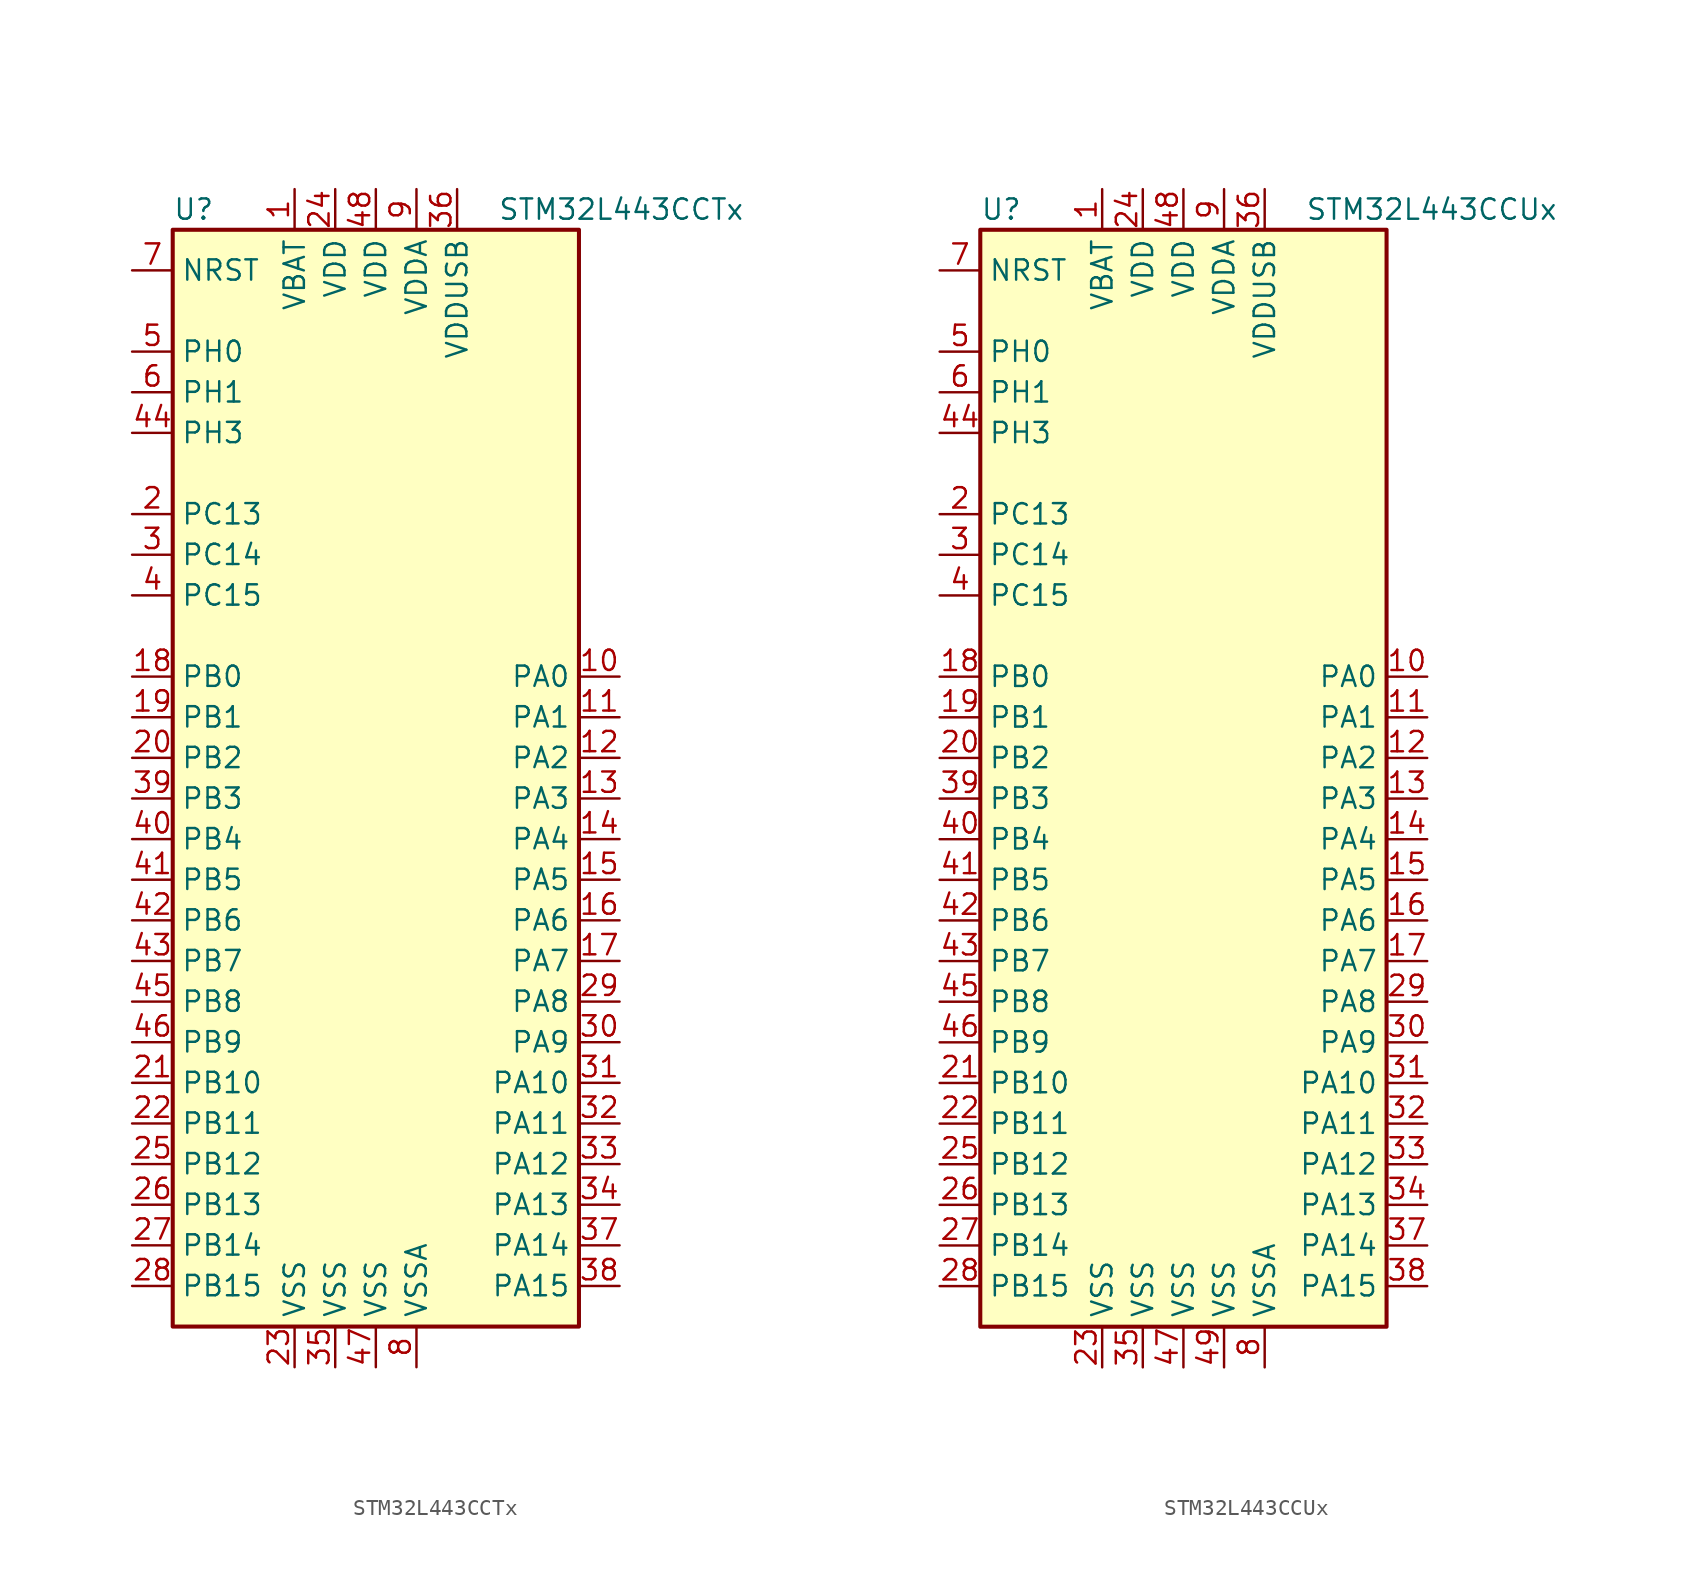
<source format=kicad_sym>
(kicad_symbol_lib
  (version 20201005)
  (generator kicad_symbol_editor)
  (symbol "STM32L443CCTx"
    (property "Reference" "U"
      (at -12.7 34.29 0)
      (effects (font (size 1.27 1.27)) (justify left)))
    (property "Value" "STM32L443CCTx"
      (at 7.62 34.29 0)
      (effects (font (size 1.27 1.27)) (justify left)))
    (symbol "STM32L443CCTx_0_1"
      (rectangle (start -12.7 -35.56) (end 12.7 33.02) (stroke (width 0.254)) (fill (type background))))
    (symbol "STM32L443CCTx_1_1"
      (pin input line (at -15.24 30.48 0) (length 2.54) (name "NRST" (effects (font (size 1.27 1.27)))) (number "7" (effects (font (size 1.27 1.27)))))
      (pin bidirectional line (at 15.24 5.08 180) (length 2.54) (name "PA0" (effects (font (size 1.27 1.27)))) (number "10" (effects (font (size 1.27 1.27)))))
      (pin bidirectional line (at 15.24 2.54 180) (length 2.54) (name "PA1" (effects (font (size 1.27 1.27)))) (number "11" (effects (font (size 1.27 1.27)))))
      (pin bidirectional line (at 15.24 -20.32 180) (length 2.54) (name "PA10" (effects (font (size 1.27 1.27)))) (number "31" (effects (font (size 1.27 1.27)))))
      (pin bidirectional line (at 15.24 -22.86 180) (length 2.54) (name "PA11" (effects (font (size 1.27 1.27)))) (number "32" (effects (font (size 1.27 1.27)))))
      (pin bidirectional line (at 15.24 -25.4 180) (length 2.54) (name "PA12" (effects (font (size 1.27 1.27)))) (number "33" (effects (font (size 1.27 1.27)))))
      (pin bidirectional line (at 15.24 -27.94 180) (length 2.54) (name "PA13" (effects (font (size 1.27 1.27)))) (number "34" (effects (font (size 1.27 1.27)))))
      (pin bidirectional line (at 15.24 -30.48 180) (length 2.54) (name "PA14" (effects (font (size 1.27 1.27)))) (number "37" (effects (font (size 1.27 1.27)))))
      (pin bidirectional line (at 15.24 -33.02 180) (length 2.54) (name "PA15" (effects (font (size 1.27 1.27)))) (number "38" (effects (font (size 1.27 1.27)))))
      (pin bidirectional line (at 15.24 0 180) (length 2.54) (name "PA2" (effects (font (size 1.27 1.27)))) (number "12" (effects (font (size 1.27 1.27)))))
      (pin bidirectional line (at 15.24 -2.54 180) (length 2.54) (name "PA3" (effects (font (size 1.27 1.27)))) (number "13" (effects (font (size 1.27 1.27)))))
      (pin bidirectional line (at 15.24 -5.08 180) (length 2.54) (name "PA4" (effects (font (size 1.27 1.27)))) (number "14" (effects (font (size 1.27 1.27)))))
      (pin bidirectional line (at 15.24 -7.62 180) (length 2.54) (name "PA5" (effects (font (size 1.27 1.27)))) (number "15" (effects (font (size 1.27 1.27)))))
      (pin bidirectional line (at 15.24 -10.16 180) (length 2.54) (name "PA6" (effects (font (size 1.27 1.27)))) (number "16" (effects (font (size 1.27 1.27)))))
      (pin bidirectional line (at 15.24 -12.7 180) (length 2.54) (name "PA7" (effects (font (size 1.27 1.27)))) (number "17" (effects (font (size 1.27 1.27)))))
      (pin bidirectional line (at 15.24 -15.24 180) (length 2.54) (name "PA8" (effects (font (size 1.27 1.27)))) (number "29" (effects (font (size 1.27 1.27)))))
      (pin bidirectional line (at 15.24 -17.78 180) (length 2.54) (name "PA9" (effects (font (size 1.27 1.27)))) (number "30" (effects (font (size 1.27 1.27)))))
      (pin bidirectional line (at -15.24 5.08 0) (length 2.54) (name "PB0" (effects (font (size 1.27 1.27)))) (number "18" (effects (font (size 1.27 1.27)))))
      (pin bidirectional line (at -15.24 2.54 0) (length 2.54) (name "PB1" (effects (font (size 1.27 1.27)))) (number "19" (effects (font (size 1.27 1.27)))))
      (pin bidirectional line (at -15.24 -20.32 0) (length 2.54) (name "PB10" (effects (font (size 1.27 1.27)))) (number "21" (effects (font (size 1.27 1.27)))))
      (pin bidirectional line (at -15.24 -22.86 0) (length 2.54) (name "PB11" (effects (font (size 1.27 1.27)))) (number "22" (effects (font (size 1.27 1.27)))))
      (pin bidirectional line (at -15.24 -25.4 0) (length 2.54) (name "PB12" (effects (font (size 1.27 1.27)))) (number "25" (effects (font (size 1.27 1.27)))))
      (pin bidirectional line (at -15.24 -27.94 0) (length 2.54) (name "PB13" (effects (font (size 1.27 1.27)))) (number "26" (effects (font (size 1.27 1.27)))))
      (pin bidirectional line (at -15.24 -30.48 0) (length 2.54) (name "PB14" (effects (font (size 1.27 1.27)))) (number "27" (effects (font (size 1.27 1.27)))))
      (pin bidirectional line (at -15.24 -33.02 0) (length 2.54) (name "PB15" (effects (font (size 1.27 1.27)))) (number "28" (effects (font (size 1.27 1.27)))))
      (pin bidirectional line (at -15.24 0 0) (length 2.54) (name "PB2" (effects (font (size 1.27 1.27)))) (number "20" (effects (font (size 1.27 1.27)))))
      (pin bidirectional line (at -15.24 -2.54 0) (length 2.54) (name "PB3" (effects (font (size 1.27 1.27)))) (number "39" (effects (font (size 1.27 1.27)))))
      (pin bidirectional line (at -15.24 -5.08 0) (length 2.54) (name "PB4" (effects (font (size 1.27 1.27)))) (number "40" (effects (font (size 1.27 1.27)))))
      (pin bidirectional line (at -15.24 -7.62 0) (length 2.54) (name "PB5" (effects (font (size 1.27 1.27)))) (number "41" (effects (font (size 1.27 1.27)))))
      (pin bidirectional line (at -15.24 -10.16 0) (length 2.54) (name "PB6" (effects (font (size 1.27 1.27)))) (number "42" (effects (font (size 1.27 1.27)))))
      (pin bidirectional line (at -15.24 -12.7 0) (length 2.54) (name "PB7" (effects (font (size 1.27 1.27)))) (number "43" (effects (font (size 1.27 1.27)))))
      (pin bidirectional line (at -15.24 -15.24 0) (length 2.54) (name "PB8" (effects (font (size 1.27 1.27)))) (number "45" (effects (font (size 1.27 1.27)))))
      (pin bidirectional line (at -15.24 -17.78 0) (length 2.54) (name "PB9" (effects (font (size 1.27 1.27)))) (number "46" (effects (font (size 1.27 1.27)))))
      (pin bidirectional line (at -15.24 15.24 0) (length 2.54) (name "PC13" (effects (font (size 1.27 1.27)))) (number "2" (effects (font (size 1.27 1.27)))))
      (pin bidirectional line (at -15.24 12.7 0) (length 2.54) (name "PC14" (effects (font (size 1.27 1.27)))) (number "3" (effects (font (size 1.27 1.27)))))
      (pin bidirectional line (at -15.24 10.16 0) (length 2.54) (name "PC15" (effects (font (size 1.27 1.27)))) (number "4" (effects (font (size 1.27 1.27)))))
      (pin input line (at -15.24 25.4 0) (length 2.54) (name "PH0" (effects (font (size 1.27 1.27)))) (number "5" (effects (font (size 1.27 1.27)))))
      (pin input line (at -15.24 22.86 0) (length 2.54) (name "PH1" (effects (font (size 1.27 1.27)))) (number "6" (effects (font (size 1.27 1.27)))))
      (pin bidirectional line (at -15.24 20.32 0) (length 2.54) (name "PH3" (effects (font (size 1.27 1.27)))) (number "44" (effects (font (size 1.27 1.27)))))
      (pin power_in line (at -5.08 35.56 270) (length 2.54) (name "VBAT" (effects (font (size 1.27 1.27)))) (number "1" (effects (font (size 1.27 1.27)))))
      (pin power_in line (at -2.54 35.56 270) (length 2.54) (name "VDD" (effects (font (size 1.27 1.27)))) (number "24" (effects (font (size 1.27 1.27)))))
      (pin power_in line (at 0 35.56 270) (length 2.54) (name "VDD" (effects (font (size 1.27 1.27)))) (number "48" (effects (font (size 1.27 1.27)))))
      (pin power_in line (at 2.54 35.56 270) (length 2.54) (name "VDDA" (effects (font (size 1.27 1.27)))) (number "9" (effects (font (size 1.27 1.27)))))
      (pin power_in line (at 5.08 35.56 270) (length 2.54) (name "VDDUSB" (effects (font (size 1.27 1.27)))) (number "36" (effects (font (size 1.27 1.27)))))
      (pin power_in line (at -5.08 -38.1 90) (length 2.54) (name "VSS" (effects (font (size 1.27 1.27)))) (number "23" (effects (font (size 1.27 1.27)))))
      (pin power_in line (at -2.54 -38.1 90) (length 2.54) (name "VSS" (effects (font (size 1.27 1.27)))) (number "35" (effects (font (size 1.27 1.27)))))
      (pin power_in line (at 0 -38.1 90) (length 2.54) (name "VSS" (effects (font (size 1.27 1.27)))) (number "47" (effects (font (size 1.27 1.27)))))
      (pin power_in line (at 2.54 -38.1 90) (length 2.54) (name "VSSA" (effects (font (size 1.27 1.27)))) (number "8" (effects (font (size 1.27 1.27)))))))
  (symbol "STM32L443CCUx"
    (property "Reference" "U"
      (at -12.7 34.29 0)
      (effects (font (size 1.27 1.27)) (justify left)))
    (property "Value" "STM32L443CCUx"
      (at 7.62 34.29 0)
      (effects (font (size 1.27 1.27)) (justify left)))
    (symbol "STM32L443CCUx_0_1"
      (rectangle (start -12.7 -35.56) (end 12.7 33.02) (stroke (width 0.254)) (fill (type background))))
    (symbol "STM32L443CCUx_1_1"
      (pin input line (at -15.24 30.48 0) (length 2.54) (name "NRST" (effects (font (size 1.27 1.27)))) (number "7" (effects (font (size 1.27 1.27)))))
      (pin bidirectional line (at 15.24 5.08 180) (length 2.54) (name "PA0" (effects (font (size 1.27 1.27)))) (number "10" (effects (font (size 1.27 1.27)))))
      (pin bidirectional line (at 15.24 2.54 180) (length 2.54) (name "PA1" (effects (font (size 1.27 1.27)))) (number "11" (effects (font (size 1.27 1.27)))))
      (pin bidirectional line (at 15.24 -20.32 180) (length 2.54) (name "PA10" (effects (font (size 1.27 1.27)))) (number "31" (effects (font (size 1.27 1.27)))))
      (pin bidirectional line (at 15.24 -22.86 180) (length 2.54) (name "PA11" (effects (font (size 1.27 1.27)))) (number "32" (effects (font (size 1.27 1.27)))))
      (pin bidirectional line (at 15.24 -25.4 180) (length 2.54) (name "PA12" (effects (font (size 1.27 1.27)))) (number "33" (effects (font (size 1.27 1.27)))))
      (pin bidirectional line (at 15.24 -27.94 180) (length 2.54) (name "PA13" (effects (font (size 1.27 1.27)))) (number "34" (effects (font (size 1.27 1.27)))))
      (pin bidirectional line (at 15.24 -30.48 180) (length 2.54) (name "PA14" (effects (font (size 1.27 1.27)))) (number "37" (effects (font (size 1.27 1.27)))))
      (pin bidirectional line (at 15.24 -33.02 180) (length 2.54) (name "PA15" (effects (font (size 1.27 1.27)))) (number "38" (effects (font (size 1.27 1.27)))))
      (pin bidirectional line (at 15.24 0 180) (length 2.54) (name "PA2" (effects (font (size 1.27 1.27)))) (number "12" (effects (font (size 1.27 1.27)))))
      (pin bidirectional line (at 15.24 -2.54 180) (length 2.54) (name "PA3" (effects (font (size 1.27 1.27)))) (number "13" (effects (font (size 1.27 1.27)))))
      (pin bidirectional line (at 15.24 -5.08 180) (length 2.54) (name "PA4" (effects (font (size 1.27 1.27)))) (number "14" (effects (font (size 1.27 1.27)))))
      (pin bidirectional line (at 15.24 -7.62 180) (length 2.54) (name "PA5" (effects (font (size 1.27 1.27)))) (number "15" (effects (font (size 1.27 1.27)))))
      (pin bidirectional line (at 15.24 -10.16 180) (length 2.54) (name "PA6" (effects (font (size 1.27 1.27)))) (number "16" (effects (font (size 1.27 1.27)))))
      (pin bidirectional line (at 15.24 -12.7 180) (length 2.54) (name "PA7" (effects (font (size 1.27 1.27)))) (number "17" (effects (font (size 1.27 1.27)))))
      (pin bidirectional line (at 15.24 -15.24 180) (length 2.54) (name "PA8" (effects (font (size 1.27 1.27)))) (number "29" (effects (font (size 1.27 1.27)))))
      (pin bidirectional line (at 15.24 -17.78 180) (length 2.54) (name "PA9" (effects (font (size 1.27 1.27)))) (number "30" (effects (font (size 1.27 1.27)))))
      (pin bidirectional line (at -15.24 5.08 0) (length 2.54) (name "PB0" (effects (font (size 1.27 1.27)))) (number "18" (effects (font (size 1.27 1.27)))))
      (pin bidirectional line (at -15.24 2.54 0) (length 2.54) (name "PB1" (effects (font (size 1.27 1.27)))) (number "19" (effects (font (size 1.27 1.27)))))
      (pin bidirectional line (at -15.24 -20.32 0) (length 2.54) (name "PB10" (effects (font (size 1.27 1.27)))) (number "21" (effects (font (size 1.27 1.27)))))
      (pin bidirectional line (at -15.24 -22.86 0) (length 2.54) (name "PB11" (effects (font (size 1.27 1.27)))) (number "22" (effects (font (size 1.27 1.27)))))
      (pin bidirectional line (at -15.24 -25.4 0) (length 2.54) (name "PB12" (effects (font (size 1.27 1.27)))) (number "25" (effects (font (size 1.27 1.27)))))
      (pin bidirectional line (at -15.24 -27.94 0) (length 2.54) (name "PB13" (effects (font (size 1.27 1.27)))) (number "26" (effects (font (size 1.27 1.27)))))
      (pin bidirectional line (at -15.24 -30.48 0) (length 2.54) (name "PB14" (effects (font (size 1.27 1.27)))) (number "27" (effects (font (size 1.27 1.27)))))
      (pin bidirectional line (at -15.24 -33.02 0) (length 2.54) (name "PB15" (effects (font (size 1.27 1.27)))) (number "28" (effects (font (size 1.27 1.27)))))
      (pin bidirectional line (at -15.24 0 0) (length 2.54) (name "PB2" (effects (font (size 1.27 1.27)))) (number "20" (effects (font (size 1.27 1.27)))))
      (pin bidirectional line (at -15.24 -2.54 0) (length 2.54) (name "PB3" (effects (font (size 1.27 1.27)))) (number "39" (effects (font (size 1.27 1.27)))))
      (pin bidirectional line (at -15.24 -5.08 0) (length 2.54) (name "PB4" (effects (font (size 1.27 1.27)))) (number "40" (effects (font (size 1.27 1.27)))))
      (pin bidirectional line (at -15.24 -7.62 0) (length 2.54) (name "PB5" (effects (font (size 1.27 1.27)))) (number "41" (effects (font (size 1.27 1.27)))))
      (pin bidirectional line (at -15.24 -10.16 0) (length 2.54) (name "PB6" (effects (font (size 1.27 1.27)))) (number "42" (effects (font (size 1.27 1.27)))))
      (pin bidirectional line (at -15.24 -12.7 0) (length 2.54) (name "PB7" (effects (font (size 1.27 1.27)))) (number "43" (effects (font (size 1.27 1.27)))))
      (pin bidirectional line (at -15.24 -15.24 0) (length 2.54) (name "PB8" (effects (font (size 1.27 1.27)))) (number "45" (effects (font (size 1.27 1.27)))))
      (pin bidirectional line (at -15.24 -17.78 0) (length 2.54) (name "PB9" (effects (font (size 1.27 1.27)))) (number "46" (effects (font (size 1.27 1.27)))))
      (pin bidirectional line (at -15.24 15.24 0) (length 2.54) (name "PC13" (effects (font (size 1.27 1.27)))) (number "2" (effects (font (size 1.27 1.27)))))
      (pin bidirectional line (at -15.24 12.7 0) (length 2.54) (name "PC14" (effects (font (size 1.27 1.27)))) (number "3" (effects (font (size 1.27 1.27)))))
      (pin bidirectional line (at -15.24 10.16 0) (length 2.54) (name "PC15" (effects (font (size 1.27 1.27)))) (number "4" (effects (font (size 1.27 1.27)))))
      (pin input line (at -15.24 25.4 0) (length 2.54) (name "PH0" (effects (font (size 1.27 1.27)))) (number "5" (effects (font (size 1.27 1.27)))))
      (pin input line (at -15.24 22.86 0) (length 2.54) (name "PH1" (effects (font (size 1.27 1.27)))) (number "6" (effects (font (size 1.27 1.27)))))
      (pin bidirectional line (at -15.24 20.32 0) (length 2.54) (name "PH3" (effects (font (size 1.27 1.27)))) (number "44" (effects (font (size 1.27 1.27)))))
      (pin power_in line (at -5.08 35.56 270) (length 2.54) (name "VBAT" (effects (font (size 1.27 1.27)))) (number "1" (effects (font (size 1.27 1.27)))))
      (pin power_in line (at -2.54 35.56 270) (length 2.54) (name "VDD" (effects (font (size 1.27 1.27)))) (number "24" (effects (font (size 1.27 1.27)))))
      (pin power_in line (at 0 35.56 270) (length 2.54) (name "VDD" (effects (font (size 1.27 1.27)))) (number "48" (effects (font (size 1.27 1.27)))))
      (pin power_in line (at 2.54 35.56 270) (length 2.54) (name "VDDA" (effects (font (size 1.27 1.27)))) (number "9" (effects (font (size 1.27 1.27)))))
      (pin power_in line (at 5.08 35.56 270) (length 2.54) (name "VDDUSB" (effects (font (size 1.27 1.27)))) (number "36" (effects (font (size 1.27 1.27)))))
      (pin power_in line (at -5.08 -38.1 90) (length 2.54) (name "VSS" (effects (font (size 1.27 1.27)))) (number "23" (effects (font (size 1.27 1.27)))))
      (pin power_in line (at -2.54 -38.1 90) (length 2.54) (name "VSS" (effects (font (size 1.27 1.27)))) (number "35" (effects (font (size 1.27 1.27)))))
      (pin power_in line (at 0 -38.1 90) (length 2.54) (name "VSS" (effects (font (size 1.27 1.27)))) (number "47" (effects (font (size 1.27 1.27)))))
      (pin power_in line (at 2.54 -38.1 90) (length 2.54) (name "VSS" (effects (font (size 1.27 1.27)))) (number "49" (effects (font (size 1.27 1.27)))))
      (pin power_in line (at 5.08 -38.1 90) (length 2.54) (name "VSSA" (effects (font (size 1.27 1.27)))) (number "8" (effects (font (size 1.27 1.27))))))))
</source>
